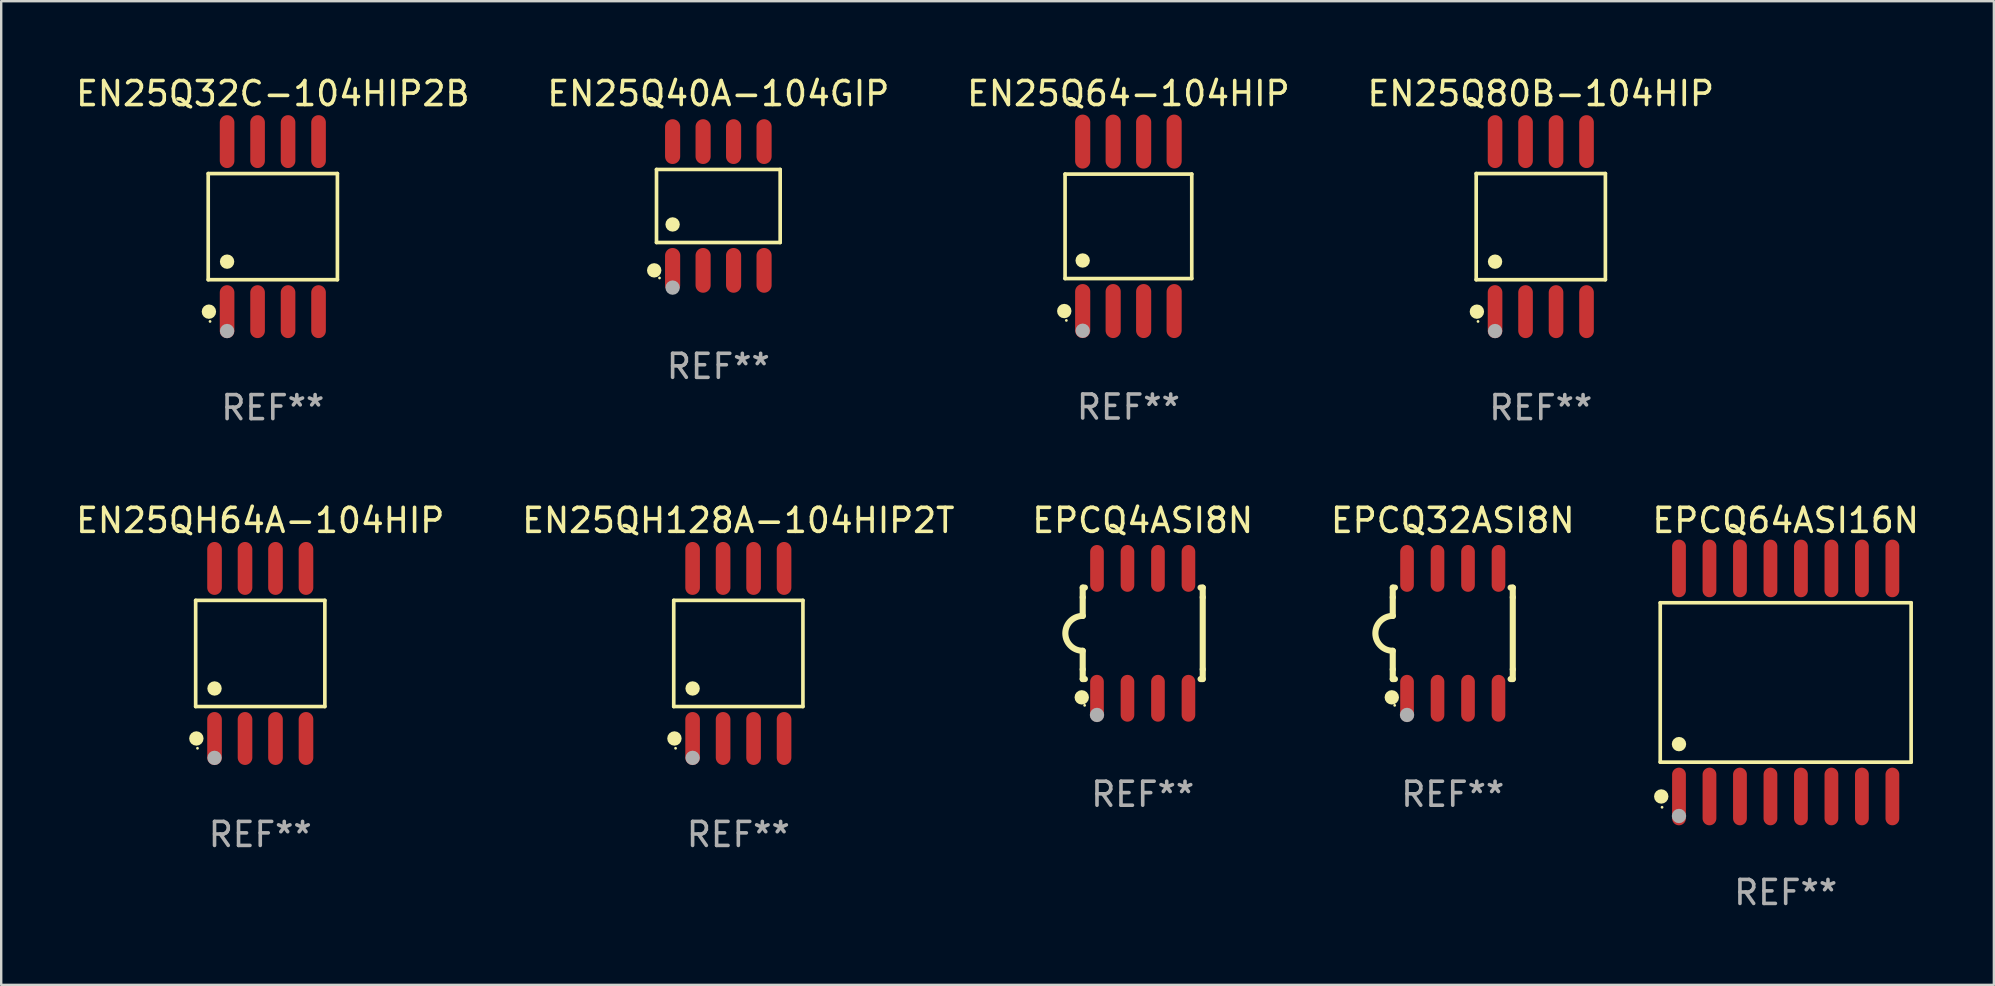
<source format=kicad_pcb>
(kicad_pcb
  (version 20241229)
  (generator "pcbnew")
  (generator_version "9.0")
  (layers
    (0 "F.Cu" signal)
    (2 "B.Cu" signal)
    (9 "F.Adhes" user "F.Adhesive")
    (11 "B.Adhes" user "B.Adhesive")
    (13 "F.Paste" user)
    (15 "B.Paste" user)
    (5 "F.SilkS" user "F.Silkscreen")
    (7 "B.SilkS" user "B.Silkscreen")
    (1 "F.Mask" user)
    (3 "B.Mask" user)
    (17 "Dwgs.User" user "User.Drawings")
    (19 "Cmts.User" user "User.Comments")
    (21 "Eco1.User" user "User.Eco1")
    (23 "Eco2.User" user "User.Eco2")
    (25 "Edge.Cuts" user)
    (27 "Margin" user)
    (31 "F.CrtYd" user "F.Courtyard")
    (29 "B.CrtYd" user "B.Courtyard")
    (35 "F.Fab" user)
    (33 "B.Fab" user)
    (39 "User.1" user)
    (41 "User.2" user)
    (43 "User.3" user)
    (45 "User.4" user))
  (footprint "EPCQ64ASI16N"
    (layer "F.Cu")
    (at 71.339 25.38)
    (property "Reference" "EPCQ64ASI16N" (at 0 -6.75 0) (layer "F.SilkS") (effects (font (size 1 1) (thickness 0.15))))
    (attr through_hole)
    (fp_line (start -5.226 -3.321) (end 5.226 -3.321) (stroke (width 0.152) (type solid)) (layer "F.SilkS"))
    (fp_line (start -5.226 3.321) (end -5.226 -3.321) (stroke (width 0.152) (type solid)) (layer "F.SilkS"))
    (fp_line (start 5.226 -3.321) (end 5.226 3.321) (stroke (width 0.152) (type solid)) (layer "F.SilkS"))
    (fp_line (start 5.226 3.321) (end -5.226 3.321) (stroke (width 0.152) (type solid)) (layer "F.SilkS"))
    (fp_circle (center -5.184 4.75) (end -5.034 4.75) (stroke (width 0.3) (type solid)) (fill no) (layer "F.SilkS"))
    (fp_circle (center -5.15 5.2) (end -5.12 5.2) (stroke (width 0.06) (type solid)) (fill no) (layer "F.SilkS"))
    (fp_circle (center -4.445 2.569) (end -4.295 2.569) (stroke (width 0.3) (type solid)) (fill no) (layer "F.SilkS"))
    (fp_circle (center -4.445 5.563) (end -4.295 5.563) (stroke (width 0.3) (type solid)) (fill no) (layer "F.Fab"))
    (fp_text user "REF**" (at 0 8.75 0) (layer "F.Fab") (effects (font (size 1 1) (thickness 0.15))))
    (pad "1" smd oval (at -4.445 4.75) (size 0.574 2.401) (layers "F.Cu" "F.Mask" "F.Paste"))
    (pad "2" smd oval (at -3.175 4.75) (size 0.574 2.401) (layers "F.Cu" "F.Mask" "F.Paste"))
    (pad "3" smd oval (at -1.905 4.75) (size 0.574 2.401) (layers "F.Cu" "F.Mask" "F.Paste"))
    (pad "4" smd oval (at -0.635 4.75) (size 0.574 2.401) (layers "F.Cu" "F.Mask" "F.Paste"))
    (pad "5" smd oval (at 0.635 4.75) (size 0.574 2.401) (layers "F.Cu" "F.Mask" "F.Paste"))
    (pad "6" smd oval (at 1.905 4.75) (size 0.574 2.401) (layers "F.Cu" "F.Mask" "F.Paste"))
    (pad "7" smd oval (at 3.175 4.75) (size 0.574 2.401) (layers "F.Cu" "F.Mask" "F.Paste"))
    (pad "8" smd oval (at 4.445 4.75) (size 0.574 2.401) (layers "F.Cu" "F.Mask" "F.Paste"))
    (pad "9" smd oval (at 4.445 -4.75) (size 0.574 2.401) (layers "F.Cu" "F.Mask" "F.Paste"))
    (pad "10" smd oval (at 3.175 -4.75) (size 0.574 2.401) (layers "F.Cu" "F.Mask" "F.Paste"))
    (pad "11" smd oval (at 1.905 -4.75) (size 0.574 2.401) (layers "F.Cu" "F.Mask" "F.Paste"))
    (pad "12" smd oval (at 0.635 -4.75) (size 0.574 2.401) (layers "F.Cu" "F.Mask" "F.Paste"))
    (pad "13" smd oval (at -0.635 -4.75) (size 0.574 2.401) (layers "F.Cu" "F.Mask" "F.Paste"))
    (pad "14" smd oval (at -1.905 -4.75) (size 0.574 2.401) (layers "F.Cu" "F.Mask" "F.Paste"))
    (pad "15" smd oval (at -3.175 -4.75) (size 0.574 2.401) (layers "F.Cu" "F.Mask" "F.Paste"))
    (pad "16" smd oval (at -4.445 -4.75) (size 0.574 2.401) (layers "F.Cu" "F.Mask" "F.Paste")))
  (footprint "EN25QH128A-104HIP2T"
    (layer "F.Cu")
    (at 27.708 24.172)
    (property "Reference" "EN25QH128A-104HIP2T" (at 0 -5.542 0) (layer "F.SilkS") (effects (font (size 1 1) (thickness 0.15))))
    (attr through_hole)
    (fp_line (start -2.691 -2.211) (end 2.691 -2.211) (stroke (width 0.152) (type solid)) (layer "F.SilkS"))
    (fp_line (start -2.691 2.211) (end -2.691 -2.211) (stroke (width 0.152) (type solid)) (layer "F.SilkS"))
    (fp_line (start 2.691 -2.211) (end 2.691 2.211) (stroke (width 0.152) (type solid)) (layer "F.SilkS"))
    (fp_line (start 2.691 2.211) (end -2.691 2.211) (stroke (width 0.152) (type solid)) (layer "F.SilkS"))
    (fp_circle (center -2.662 3.542) (end -2.512 3.542) (stroke (width 0.3) (type solid)) (fill no) (layer "F.SilkS"))
    (fp_circle (center -2.615 3.95) (end -2.585 3.95) (stroke (width 0.06) (type solid)) (fill no) (layer "F.SilkS"))
    (fp_circle (center -1.905 1.459) (end -1.755 1.459) (stroke (width 0.3) (type solid)) (fill no) (layer "F.SilkS"))
    (fp_circle (center -1.905 4.35) (end -1.755 4.35) (stroke (width 0.3) (type solid)) (fill no) (layer "F.Fab"))
    (fp_text user "REF**" (at 0 7.542 0) (layer "F.Fab") (effects (font (size 1 1) (thickness 0.15))))
    (pad "1" smd oval (at -1.905 3.542) (size 0.609 2.204) (layers "F.Cu" "F.Mask" "F.Paste"))
    (pad "2" smd oval (at -0.635 3.542) (size 0.609 2.204) (layers "F.Cu" "F.Mask" "F.Paste"))
    (pad "3" smd oval (at 0.635 3.542) (size 0.609 2.204) (layers "F.Cu" "F.Mask" "F.Paste"))
    (pad "4" smd oval (at 1.905 3.542) (size 0.609 2.204) (layers "F.Cu" "F.Mask" "F.Paste"))
    (pad "5" smd oval (at 1.905 -3.542) (size 0.609 2.204) (layers "F.Cu" "F.Mask" "F.Paste"))
    (pad "6" smd oval (at 0.635 -3.542) (size 0.609 2.204) (layers "F.Cu" "F.Mask" "F.Paste"))
    (pad "7" smd oval (at -0.635 -3.542) (size 0.609 2.204) (layers "F.Cu" "F.Mask" "F.Paste"))
    (pad "8" smd oval (at -1.905 -3.542) (size 0.609 2.204) (layers "F.Cu" "F.Mask" "F.Paste")))
  (footprint "EN25Q32C-104HIP2B"
    (layer "F.Cu")
    (at 8.315 6.391)
    (property "Reference" "EN25Q32C-104HIP2B" (at 0 -5.542 0) (layer "F.SilkS") (effects (font (size 1 1) (thickness 0.15))))
    (attr through_hole)
    (fp_line (start -2.691 -2.211) (end 2.691 -2.211) (stroke (width 0.152) (type solid)) (layer "F.SilkS"))
    (fp_line (start -2.691 2.211) (end -2.691 -2.211) (stroke (width 0.152) (type solid)) (layer "F.SilkS"))
    (fp_line (start 2.691 -2.211) (end 2.691 2.211) (stroke (width 0.152) (type solid)) (layer "F.SilkS"))
    (fp_line (start 2.691 2.211) (end -2.691 2.211) (stroke (width 0.152) (type solid)) (layer "F.SilkS"))
    (fp_circle (center -2.662 3.542) (end -2.512 3.542) (stroke (width 0.3) (type solid)) (fill no) (layer "F.SilkS"))
    (fp_circle (center -2.615 3.95) (end -2.585 3.95) (stroke (width 0.06) (type solid)) (fill no) (layer "F.SilkS"))
    (fp_circle (center -1.905 1.459) (end -1.755 1.459) (stroke (width 0.3) (type solid)) (fill no) (layer "F.SilkS"))
    (fp_circle (center -1.905 4.35) (end -1.755 4.35) (stroke (width 0.3) (type solid)) (fill no) (layer "F.Fab"))
    (fp_text user "REF**" (at 0 7.542 0) (layer "F.Fab") (effects (font (size 1 1) (thickness 0.15))))
    (pad "1" smd oval (at -1.905 3.542) (size 0.609 2.204) (layers "F.Cu" "F.Mask" "F.Paste"))
    (pad "2" smd oval (at -0.635 3.542) (size 0.609 2.204) (layers "F.Cu" "F.Mask" "F.Paste"))
    (pad "3" smd oval (at 0.635 3.542) (size 0.609 2.204) (layers "F.Cu" "F.Mask" "F.Paste"))
    (pad "4" smd oval (at 1.905 3.542) (size 0.609 2.204) (layers "F.Cu" "F.Mask" "F.Paste"))
    (pad "5" smd oval (at 1.905 -3.542) (size 0.609 2.204) (layers "F.Cu" "F.Mask" "F.Paste"))
    (pad "6" smd oval (at 0.635 -3.542) (size 0.609 2.204) (layers "F.Cu" "F.Mask" "F.Paste"))
    (pad "7" smd oval (at -0.635 -3.542) (size 0.609 2.204) (layers "F.Cu" "F.Mask" "F.Paste"))
    (pad "8" smd oval (at -1.905 -3.542) (size 0.609 2.204) (layers "F.Cu" "F.Mask" "F.Paste")))
  (footprint "EN25Q64-104HIP"
    (layer "F.Cu")
    (at 43.958 6.378)
    (property "Reference" "EN25Q64-104HIP" (at 0 -5.53 0) (layer "F.SilkS") (effects (font (size 1 1) (thickness 0.15))))
    (attr through_hole)
    (fp_line (start -2.639 -2.176) (end 2.639 -2.176) (stroke (width 0.152) (type solid)) (layer "F.SilkS"))
    (fp_line (start -2.639 2.176) (end -2.639 -2.176) (stroke (width 0.152) (type solid)) (layer "F.SilkS"))
    (fp_line (start 2.639 -2.176) (end 2.639 2.176) (stroke (width 0.152) (type solid)) (layer "F.SilkS"))
    (fp_line (start 2.639 2.176) (end -2.639 2.176) (stroke (width 0.152) (type solid)) (layer "F.SilkS"))
    (fp_circle (center -2.672 3.53) (end -2.522 3.53) (stroke (width 0.3) (type solid)) (fill no) (layer "F.SilkS"))
    (fp_circle (center -2.585 3.92) (end -2.555 3.92) (stroke (width 0.06) (type solid)) (fill no) (layer "F.SilkS"))
    (fp_circle (center -1.905 1.424) (end -1.755 1.424) (stroke (width 0.3) (type solid)) (fill no) (layer "F.SilkS"))
    (fp_circle (center -1.905 4.35) (end -1.755 4.35) (stroke (width 0.3) (type solid)) (fill no) (layer "F.Fab"))
    (fp_text user "REF**" (at 0 7.53 0) (layer "F.Fab") (effects (font (size 1 1) (thickness 0.15))))
    (pad "1" smd oval (at -1.905 3.53) (size 0.63 2.25) (layers "F.Cu" "F.Mask" "F.Paste"))
    (pad "2" smd oval (at -0.635 3.53) (size 0.63 2.25) (layers "F.Cu" "F.Mask" "F.Paste"))
    (pad "3" smd oval (at 0.635 3.53) (size 0.63 2.25) (layers "F.Cu" "F.Mask" "F.Paste"))
    (pad "4" smd oval (at 1.905 3.53) (size 0.63 2.25) (layers "F.Cu" "F.Mask" "F.Paste"))
    (pad "5" smd oval (at 1.905 -3.53) (size 0.63 2.25) (layers "F.Cu" "F.Mask" "F.Paste"))
    (pad "6" smd oval (at 0.635 -3.53) (size 0.63 2.25) (layers "F.Cu" "F.Mask" "F.Paste"))
    (pad "7" smd oval (at -0.635 -3.53) (size 0.63 2.25) (layers "F.Cu" "F.Mask" "F.Paste"))
    (pad "8" smd oval (at -1.905 -3.53) (size 0.63 2.25) (layers "F.Cu" "F.Mask" "F.Paste")))
  (footprint "EPCQ32ASI8N"
    (layer "F.Cu")
    (at 57.47 23.334)
    (property "Reference" "EPCQ32ASI8N" (at 0 -4.705 0) (layer "F.SilkS") (effects (font (size 1 1) (thickness 0.15))))
    (attr through_hole)
    (fp_line (start -2.5 -1.905) (end -2.409 -1.905) (stroke (width 0.254) (type solid)) (layer "F.SilkS"))
    (fp_line (start -2.5 -1.5) (end -2.5 -1.905) (stroke (width 0.254) (type solid)) (layer "F.SilkS"))
    (fp_line (start -2.5 -1.5) (end -2.5 -0.726) (stroke (width 0.254) (type solid)) (layer "F.SilkS"))
    (fp_line (start -2.5 1.5) (end -2.5 0.727) (stroke (width 0.254) (type solid)) (layer "F.SilkS"))
    (fp_line (start -2.5 1.5) (end -2.5 1.905) (stroke (width 0.254) (type solid)) (layer "F.SilkS"))
    (fp_line (start -2.5 1.905) (end -2.409 1.905) (stroke (width 0.254) (type solid)) (layer "F.SilkS"))
    (fp_line (start 2.5 -1.905) (end 2.409 -1.905) (stroke (width 0.254) (type solid)) (layer "F.SilkS"))
    (fp_line (start 2.5 -1.5) (end 2.5 -1.905) (stroke (width 0.254) (type solid)) (layer "F.SilkS"))
    (fp_line (start 2.5 -1.5) (end 2.5 1.5) (stroke (width 0.254) (type solid)) (layer "F.SilkS"))
    (fp_line (start 2.5 1.5) (end 2.5 1.905) (stroke (width 0.254) (type solid)) (layer "F.SilkS"))
    (fp_line (start 2.5 1.905) (end 2.409 1.905) (stroke (width 0.254) (type solid)) (layer "F.SilkS"))
    (fp_arc (start -2.5 0.726568) (mid -3.220316 -0.0023) (end -2.495097 -0.726289) (stroke (width 0.254001) (type solid)) (layer "F.SilkS"))
    (fp_circle (center -2.54 2.667) (end -2.39 2.667) (stroke (width 0.3) (type solid)) (fill no) (layer "F.SilkS"))
    (fp_circle (center -2.42 3) (end -2.39 3) (stroke (width 0.06) (type solid)) (fill no) (layer "F.SilkS"))
    (fp_circle (center -1.905 3.4) (end -1.755 3.4) (stroke (width 0.3) (type solid)) (fill no) (layer "F.Fab"))
    (fp_text user "REF**" (at 0 6.705 0) (layer "F.Fab") (effects (font (size 1 1) (thickness 0.15))))
    (pad "1" smd oval (at -1.905 2.705) (size 0.568 1.95) (layers "F.Cu" "F.Mask" "F.Paste"))
    (pad "2" smd oval (at -0.635 2.705) (size 0.568 1.95) (layers "F.Cu" "F.Mask" "F.Paste"))
    (pad "3" smd oval (at 0.635 2.705) (size 0.568 1.95) (layers "F.Cu" "F.Mask" "F.Paste"))
    (pad "4" smd oval (at 1.905 2.705) (size 0.568 1.95) (layers "F.Cu" "F.Mask" "F.Paste"))
    (pad "5" smd oval (at 1.905 -2.705) (size 0.568 1.95) (layers "F.Cu" "F.Mask" "F.Paste"))
    (pad "6" smd oval (at 0.635 -2.705) (size 0.568 1.95) (layers "F.Cu" "F.Mask" "F.Paste"))
    (pad "7" smd oval (at -0.635 -2.705) (size 0.568 1.95) (layers "F.Cu" "F.Mask" "F.Paste"))
    (pad "8" smd oval (at -1.905 -2.705) (size 0.568 1.95) (layers "F.Cu" "F.Mask" "F.Paste")))
  (footprint "EN25QH64A-104HIP"
    (layer "F.Cu")
    (at 7.792 24.172)
    (property "Reference" "EN25QH64A-104HIP" (at 0 -5.542 0) (layer "F.SilkS") (effects (font (size 1 1) (thickness 0.15))))
    (attr through_hole)
    (fp_line (start -2.691 -2.211) (end 2.691 -2.211) (stroke (width 0.152) (type solid)) (layer "F.SilkS"))
    (fp_line (start -2.691 2.211) (end -2.691 -2.211) (stroke (width 0.152) (type solid)) (layer "F.SilkS"))
    (fp_line (start 2.691 -2.211) (end 2.691 2.211) (stroke (width 0.152) (type solid)) (layer "F.SilkS"))
    (fp_line (start 2.691 2.211) (end -2.691 2.211) (stroke (width 0.152) (type solid)) (layer "F.SilkS"))
    (fp_circle (center -2.662 3.542) (end -2.512 3.542) (stroke (width 0.3) (type solid)) (fill no) (layer "F.SilkS"))
    (fp_circle (center -2.615 3.95) (end -2.585 3.95) (stroke (width 0.06) (type solid)) (fill no) (layer "F.SilkS"))
    (fp_circle (center -1.905 1.459) (end -1.755 1.459) (stroke (width 0.3) (type solid)) (fill no) (layer "F.SilkS"))
    (fp_circle (center -1.905 4.35) (end -1.755 4.35) (stroke (width 0.3) (type solid)) (fill no) (layer "F.Fab"))
    (fp_text user "REF**" (at 0 7.542 0) (layer "F.Fab") (effects (font (size 1 1) (thickness 0.15))))
    (pad "1" smd oval (at -1.905 3.542) (size 0.609 2.204) (layers "F.Cu" "F.Mask" "F.Paste"))
    (pad "2" smd oval (at -0.635 3.542) (size 0.609 2.204) (layers "F.Cu" "F.Mask" "F.Paste"))
    (pad "3" smd oval (at 0.635 3.542) (size 0.609 2.204) (layers "F.Cu" "F.Mask" "F.Paste"))
    (pad "4" smd oval (at 1.905 3.542) (size 0.609 2.204) (layers "F.Cu" "F.Mask" "F.Paste"))
    (pad "5" smd oval (at 1.905 -3.542) (size 0.609 2.204) (layers "F.Cu" "F.Mask" "F.Paste"))
    (pad "6" smd oval (at 0.635 -3.542) (size 0.609 2.204) (layers "F.Cu" "F.Mask" "F.Paste"))
    (pad "7" smd oval (at -0.635 -3.542) (size 0.609 2.204) (layers "F.Cu" "F.Mask" "F.Paste"))
    (pad "8" smd oval (at -1.905 -3.542) (size 0.609 2.204) (layers "F.Cu" "F.Mask" "F.Paste")))
  (footprint "EPCQ4ASI8N"
    (layer "F.Cu")
    (at 44.554 23.334)
    (property "Reference" "EPCQ4ASI8N" (at 0 -4.705 0) (layer "F.SilkS") (effects (font (size 1 1) (thickness 0.15))))
    (attr through_hole)
    (fp_line (start -2.5 -1.905) (end -2.409 -1.905) (stroke (width 0.254) (type solid)) (layer "F.SilkS"))
    (fp_line (start -2.5 -1.5) (end -2.5 -1.905) (stroke (width 0.254) (type solid)) (layer "F.SilkS"))
    (fp_line (start -2.5 -1.5) (end -2.5 -0.726) (stroke (width 0.254) (type solid)) (layer "F.SilkS"))
    (fp_line (start -2.5 1.5) (end -2.5 0.727) (stroke (width 0.254) (type solid)) (layer "F.SilkS"))
    (fp_line (start -2.5 1.5) (end -2.5 1.905) (stroke (width 0.254) (type solid)) (layer "F.SilkS"))
    (fp_line (start -2.5 1.905) (end -2.409 1.905) (stroke (width 0.254) (type solid)) (layer "F.SilkS"))
    (fp_line (start 2.5 -1.905) (end 2.409 -1.905) (stroke (width 0.254) (type solid)) (layer "F.SilkS"))
    (fp_line (start 2.5 -1.5) (end 2.5 -1.905) (stroke (width 0.254) (type solid)) (layer "F.SilkS"))
    (fp_line (start 2.5 -1.5) (end 2.5 1.5) (stroke (width 0.254) (type solid)) (layer "F.SilkS"))
    (fp_line (start 2.5 1.5) (end 2.5 1.905) (stroke (width 0.254) (type solid)) (layer "F.SilkS"))
    (fp_line (start 2.5 1.905) (end 2.409 1.905) (stroke (width 0.254) (type solid)) (layer "F.SilkS"))
    (fp_arc (start -2.5 0.726568) (mid -3.220316 -0.0023) (end -2.495097 -0.726289) (stroke (width 0.254001) (type solid)) (layer "F.SilkS"))
    (fp_circle (center -2.54 2.667) (end -2.39 2.667) (stroke (width 0.3) (type solid)) (fill no) (layer "F.SilkS"))
    (fp_circle (center -2.42 3) (end -2.39 3) (stroke (width 0.06) (type solid)) (fill no) (layer "F.SilkS"))
    (fp_circle (center -1.905 3.4) (end -1.755 3.4) (stroke (width 0.3) (type solid)) (fill no) (layer "F.Fab"))
    (fp_text user "REF**" (at 0 6.705 0) (layer "F.Fab") (effects (font (size 1 1) (thickness 0.15))))
    (pad "1" smd oval (at -1.905 2.705) (size 0.568 1.95) (layers "F.Cu" "F.Mask" "F.Paste"))
    (pad "2" smd oval (at -0.635 2.705) (size 0.568 1.95) (layers "F.Cu" "F.Mask" "F.Paste"))
    (pad "3" smd oval (at 0.635 2.705) (size 0.568 1.95) (layers "F.Cu" "F.Mask" "F.Paste"))
    (pad "4" smd oval (at 1.905 2.705) (size 0.568 1.95) (layers "F.Cu" "F.Mask" "F.Paste"))
    (pad "5" smd oval (at 1.905 -2.705) (size 0.568 1.95) (layers "F.Cu" "F.Mask" "F.Paste"))
    (pad "6" smd oval (at 0.635 -2.705) (size 0.568 1.95) (layers "F.Cu" "F.Mask" "F.Paste"))
    (pad "7" smd oval (at -0.635 -2.705) (size 0.568 1.95) (layers "F.Cu" "F.Mask" "F.Paste"))
    (pad "8" smd oval (at -1.905 -2.705) (size 0.568 1.95) (layers "F.Cu" "F.Mask" "F.Paste")))
  (footprint "EN25Q80B-104HIP"
    (layer "F.Cu")
    (at 61.137 6.391)
    (property "Reference" "EN25Q80B-104HIP" (at 0 -5.542 0) (layer "F.SilkS") (effects (font (size 1 1) (thickness 0.15))))
    (attr through_hole)
    (fp_line (start -2.691 -2.211) (end 2.691 -2.211) (stroke (width 0.152) (type solid)) (layer "F.SilkS"))
    (fp_line (start -2.691 2.211) (end -2.691 -2.211) (stroke (width 0.152) (type solid)) (layer "F.SilkS"))
    (fp_line (start 2.691 -2.211) (end 2.691 2.211) (stroke (width 0.152) (type solid)) (layer "F.SilkS"))
    (fp_line (start 2.691 2.211) (end -2.691 2.211) (stroke (width 0.152) (type solid)) (layer "F.SilkS"))
    (fp_circle (center -2.662 3.542) (end -2.512 3.542) (stroke (width 0.3) (type solid)) (fill no) (layer "F.SilkS"))
    (fp_circle (center -2.615 3.95) (end -2.585 3.95) (stroke (width 0.06) (type solid)) (fill no) (layer "F.SilkS"))
    (fp_circle (center -1.905 1.459) (end -1.755 1.459) (stroke (width 0.3) (type solid)) (fill no) (layer "F.SilkS"))
    (fp_circle (center -1.905 4.35) (end -1.755 4.35) (stroke (width 0.3) (type solid)) (fill no) (layer "F.Fab"))
    (fp_text user "REF**" (at 0 7.542 0) (layer "F.Fab") (effects (font (size 1 1) (thickness 0.15))))
    (pad "1" smd oval (at -1.905 3.542) (size 0.609 2.204) (layers "F.Cu" "F.Mask" "F.Paste"))
    (pad "2" smd oval (at -0.635 3.542) (size 0.609 2.204) (layers "F.Cu" "F.Mask" "F.Paste"))
    (pad "3" smd oval (at 0.635 3.542) (size 0.609 2.204) (layers "F.Cu" "F.Mask" "F.Paste"))
    (pad "4" smd oval (at 1.905 3.542) (size 0.609 2.204) (layers "F.Cu" "F.Mask" "F.Paste"))
    (pad "5" smd oval (at 1.905 -3.542) (size 0.609 2.204) (layers "F.Cu" "F.Mask" "F.Paste"))
    (pad "6" smd oval (at 0.635 -3.542) (size 0.609 2.204) (layers "F.Cu" "F.Mask" "F.Paste"))
    (pad "7" smd oval (at -0.635 -3.542) (size 0.609 2.204) (layers "F.Cu" "F.Mask" "F.Paste"))
    (pad "8" smd oval (at -1.905 -3.542) (size 0.609 2.204) (layers "F.Cu" "F.Mask" "F.Paste")))
  (footprint "EN25Q40A-104GIP"
    (layer "F.Cu")
    (at 26.875 5.531)
    (property "Reference" "EN25Q40A-104GIP" (at 0 -4.682 0) (layer "F.SilkS") (effects (font (size 1 1) (thickness 0.15))))
    (attr through_hole)
    (fp_line (start -2.576 -1.521) (end 2.576 -1.521) (stroke (width 0.152) (type solid)) (layer "F.SilkS"))
    (fp_line (start -2.576 1.521) (end -2.576 -1.521) (stroke (width 0.152) (type solid)) (layer "F.SilkS"))
    (fp_line (start 2.576 -1.521) (end 2.576 1.521) (stroke (width 0.152) (type solid)) (layer "F.SilkS"))
    (fp_line (start 2.576 1.521) (end -2.576 1.521) (stroke (width 0.152) (type solid)) (layer "F.SilkS"))
    (fp_circle (center -2.672 2.682) (end -2.522 2.682) (stroke (width 0.3) (type solid)) (fill no) (layer "F.SilkS"))
    (fp_circle (center -2.45 3) (end -2.42 3) (stroke (width 0.06) (type solid)) (fill no) (layer "F.SilkS"))
    (fp_circle (center -1.905 0.769) (end -1.755 0.769) (stroke (width 0.3) (type solid)) (fill no) (layer "F.SilkS"))
    (fp_circle (center -1.905 3.4) (end -1.755 3.4) (stroke (width 0.3) (type solid)) (fill no) (layer "F.Fab"))
    (fp_text user "REF**" (at 0 6.682 0) (layer "F.Fab") (effects (font (size 1 1) (thickness 0.15))))
    (pad "1" smd oval (at -1.905 2.682) (size 0.63 1.865) (layers "F.Cu" "F.Mask" "F.Paste"))
    (pad "2" smd oval (at -0.635 2.682) (size 0.63 1.865) (layers "F.Cu" "F.Mask" "F.Paste"))
    (pad "3" smd oval (at 0.635 2.682) (size 0.63 1.865) (layers "F.Cu" "F.Mask" "F.Paste"))
    (pad "4" smd oval (at 1.905 2.682) (size 0.63 1.865) (layers "F.Cu" "F.Mask" "F.Paste"))
    (pad "5" smd oval (at 1.905 -2.682) (size 0.63 1.865) (layers "F.Cu" "F.Mask" "F.Paste"))
    (pad "6" smd oval (at 0.635 -2.682) (size 0.63 1.865) (layers "F.Cu" "F.Mask" "F.Paste"))
    (pad "7" smd oval (at -0.635 -2.682) (size 0.63 1.865) (layers "F.Cu" "F.Mask" "F.Paste"))
    (pad "8" smd oval (at -1.905 -2.682) (size 0.63 1.865) (layers "F.Cu" "F.Mask" "F.Paste")))
  (gr_rect
    (start -3 -3)
    (end 80.012 37.978)
    (stroke (width 0.1) (type default))
    (fill no)
    (layer "Edge.Cuts")))
</source>
